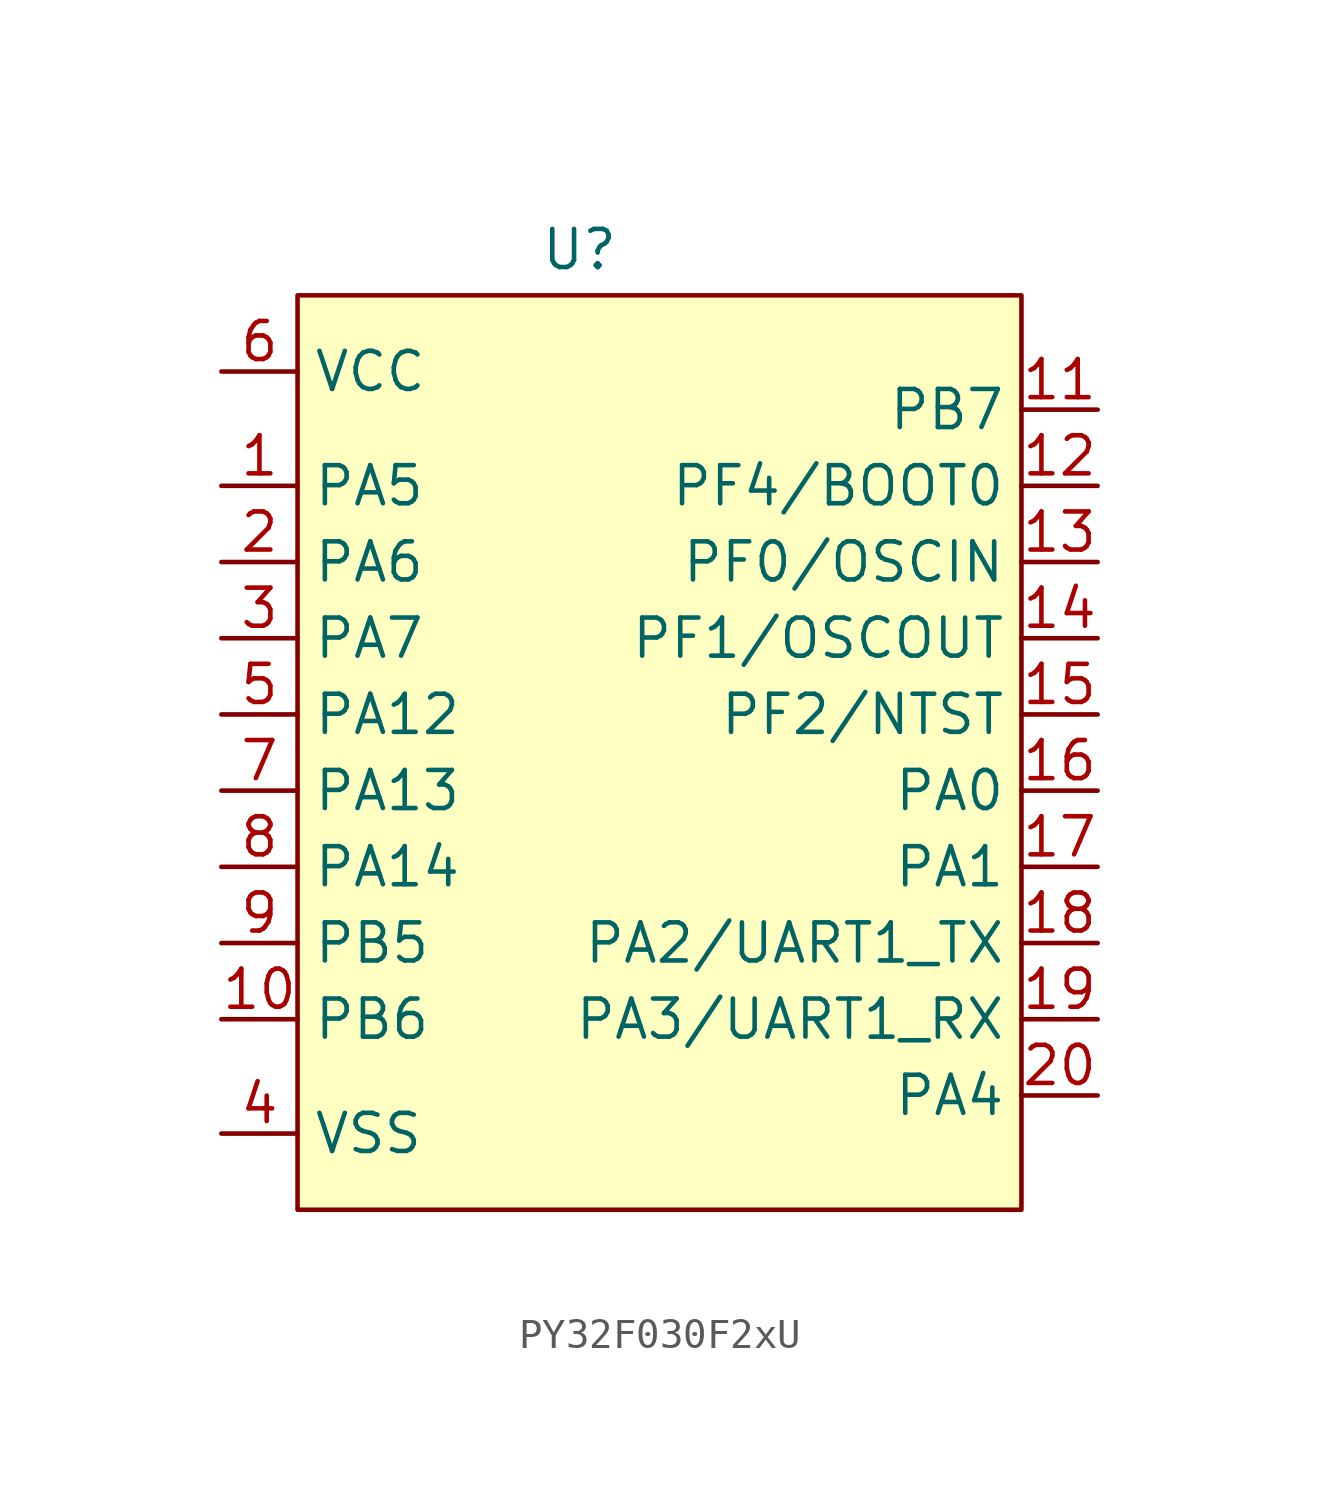
<source format=kicad_sym>
(kicad_symbol_lib
  (version 20241209)
  (generator "kicad_symbol_editor")
  (generator_version "9.0")
  (symbol "PY32F030F2xU"
    (property "Reference" "U"
      (at 6.858 11.684 0)
      (effects (font (size 1.27 1.27))))
    (property "Value" ""
      (at 0 0 0)
      (effects (font (size 1.27 1.27))))
    (symbol "PY32F030F2xU_1_1"
      (rectangle (start -2.54 10.16) (end 21.59 -20.32) (stroke (width 0) (type solid)) (fill (type background)))
      (pin bidirectional line (at -5.08 7.62 0) (length 2.54) (name "VCC" (effects (font (size 1.27 1.27)))) (number "6" (effects (font (size 1.27 1.27)))))
      (pin bidirectional line (at -5.08 3.81 0) (length 2.54) (name "PA5" (effects (font (size 1.27 1.27)))) (number "1" (effects (font (size 1.27 1.27)))))
      (pin bidirectional line (at -5.08 1.27 0) (length 2.54) (name "PA6" (effects (font (size 1.27 1.27)))) (number "2" (effects (font (size 1.27 1.27)))))
      (pin bidirectional line (at -5.08 -1.27 0) (length 2.54) (name "PA7" (effects (font (size 1.27 1.27)))) (number "3" (effects (font (size 1.27 1.27)))))
      (pin bidirectional line (at -5.08 -3.81 0) (length 2.54) (name "PA12" (effects (font (size 1.27 1.27)))) (number "5" (effects (font (size 1.27 1.27)))))
      (pin bidirectional line (at -5.08 -6.35 0) (length 2.54) (name "PA13" (effects (font (size 1.27 1.27)))) (number "7" (effects (font (size 1.27 1.27)))))
      (pin bidirectional line (at -5.08 -8.89 0) (length 2.54) (name "PA14" (effects (font (size 1.27 1.27)))) (number "8" (effects (font (size 1.27 1.27)))))
      (pin bidirectional line (at -5.08 -11.43 0) (length 2.54) (name "PB5" (effects (font (size 1.27 1.27)))) (number "9" (effects (font (size 1.27 1.27)))))
      (pin bidirectional line (at -5.08 -13.97 0) (length 2.54) (name "PB6" (effects (font (size 1.27 1.27)))) (number "10" (effects (font (size 1.27 1.27)))))
      (pin bidirectional line (at -5.08 -17.78 0) (length 2.54) (name "VSS" (effects (font (size 1.27 1.27)))) (number "4" (effects (font (size 1.27 1.27)))))
      (pin bidirectional line (at 24.13 6.35 180) (length 2.54) (name "PB7" (effects (font (size 1.27 1.27)))) (number "11" (effects (font (size 1.27 1.27)))))
      (pin bidirectional line (at 24.13 3.81 180) (length 2.54) (name "PF4/BOOT0" (effects (font (size 1.27 1.27)))) (number "12" (effects (font (size 1.27 1.27)))))
      (pin bidirectional line (at 24.13 1.27 180) (length 2.54) (name "PF0/OSCIN" (effects (font (size 1.27 1.27)))) (number "13" (effects (font (size 1.27 1.27)))))
      (pin bidirectional line (at 24.13 -1.27 180) (length 2.54) (name "PF1/OSCOUT" (effects (font (size 1.27 1.27)))) (number "14" (effects (font (size 1.27 1.27)))))
      (pin bidirectional line (at 24.13 -3.81 180) (length 2.54) (name "PF2/NTST" (effects (font (size 1.27 1.27)))) (number "15" (effects (font (size 1.27 1.27)))))
      (pin bidirectional line (at 24.13 -6.35 180) (length 2.54) (name "PA0" (effects (font (size 1.27 1.27)))) (number "16" (effects (font (size 1.27 1.27)))))
      (pin bidirectional line (at 24.13 -8.89 180) (length 2.54) (name "PA1" (effects (font (size 1.27 1.27)))) (number "17" (effects (font (size 1.27 1.27)))))
      (pin bidirectional line (at 24.13 -11.43 180) (length 2.54) (name "PA2/UART1_TX" (effects (font (size 1.27 1.27)))) (number "18" (effects (font (size 1.27 1.27)))))
      (pin bidirectional line (at 24.13 -13.97 180) (length 2.54) (name "PA3/UART1_RX" (effects (font (size 1.27 1.27)))) (number "19" (effects (font (size 1.27 1.27)))))
      (pin bidirectional line (at 24.13 -16.51 180) (length 2.54) (name "PA4" (effects (font (size 1.27 1.27)))) (number "20" (effects (font (size 1.27 1.27))))))))
</source>
